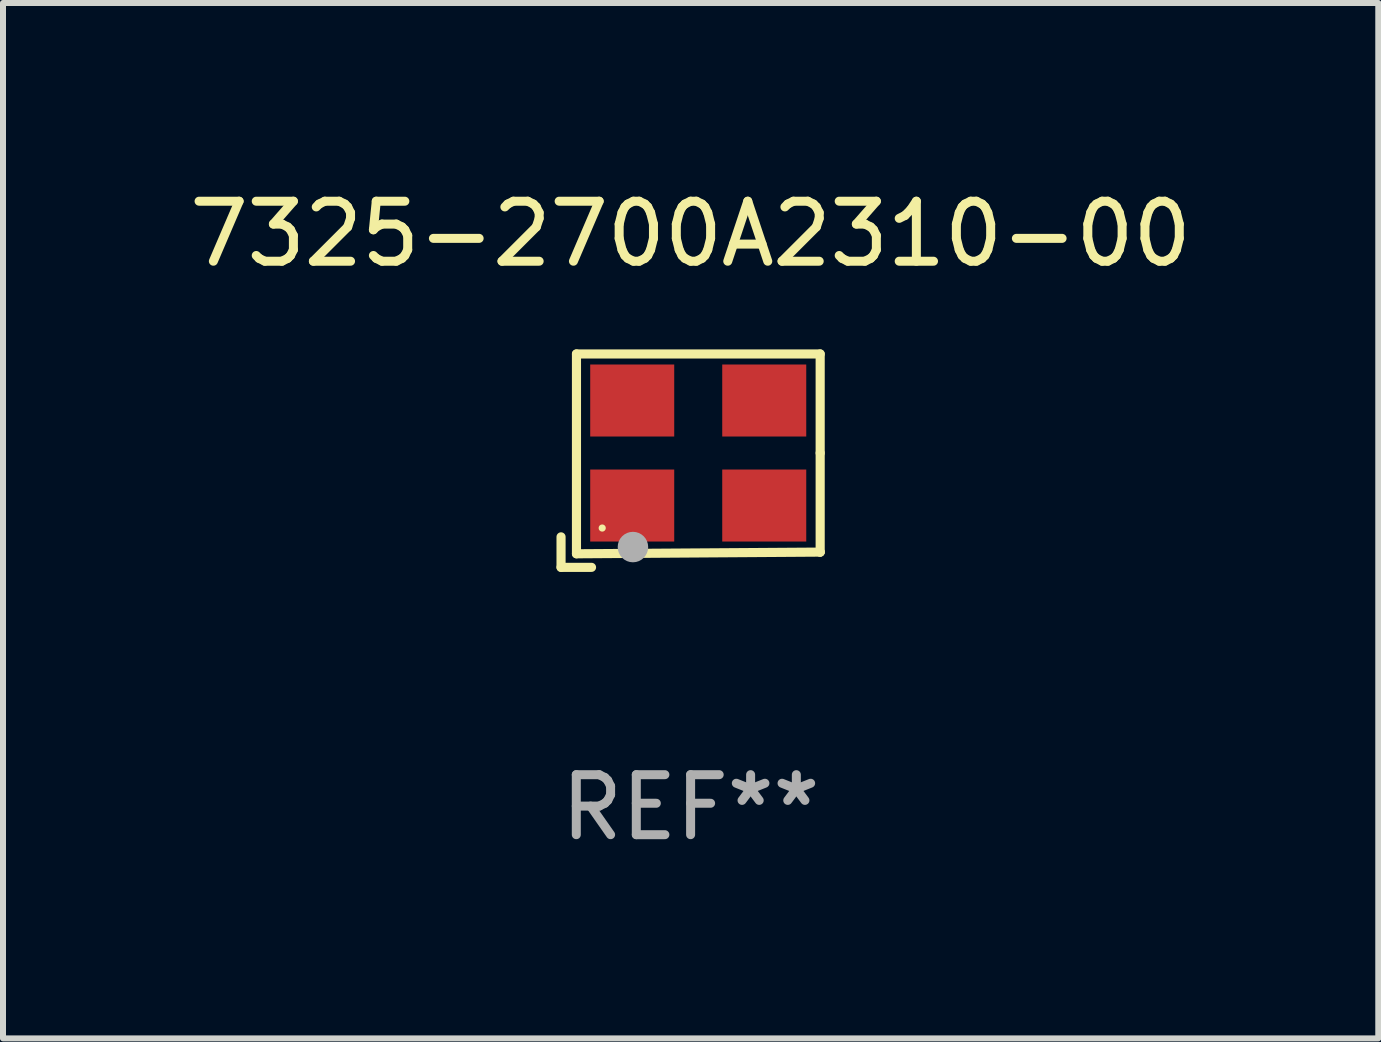
<source format=kicad_pcb>
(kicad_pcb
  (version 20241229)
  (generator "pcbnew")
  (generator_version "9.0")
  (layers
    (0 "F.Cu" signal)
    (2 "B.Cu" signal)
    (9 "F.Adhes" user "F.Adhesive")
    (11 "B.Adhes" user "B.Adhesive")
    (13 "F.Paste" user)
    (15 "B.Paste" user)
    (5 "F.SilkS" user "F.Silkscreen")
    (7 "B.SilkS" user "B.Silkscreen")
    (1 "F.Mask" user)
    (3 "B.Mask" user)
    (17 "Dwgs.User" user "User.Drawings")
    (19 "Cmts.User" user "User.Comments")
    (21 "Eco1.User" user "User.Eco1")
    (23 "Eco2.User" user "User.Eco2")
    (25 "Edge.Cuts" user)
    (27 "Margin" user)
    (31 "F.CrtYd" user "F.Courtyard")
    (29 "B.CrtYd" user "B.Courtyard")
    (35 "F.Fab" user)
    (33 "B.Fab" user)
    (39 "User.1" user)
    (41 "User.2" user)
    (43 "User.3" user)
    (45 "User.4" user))
  (footprint "7325-2700A2310-00"
    (layer "F.Cu")
    (at 8.458 4.626)
    (property "Reference" "7325-2700A2310-00" (at 0 -3.778 0) (layer "F.SilkS") (effects (font (size 1 1) (thickness 0.15))))
    (attr through_hole)
    (fp_line (start -2.159 1.27) (end -2.159 1.778) (stroke (width 0.152) (type solid)) (layer "F.SilkS"))
    (fp_line (start -2.159 1.778) (end -1.651 1.778) (stroke (width 0.152) (type solid)) (layer "F.SilkS"))
    (fp_line (start -1.902 -1.778) (end 2.159 -1.778) (stroke (width 0.152) (type solid)) (layer "F.SilkS"))
    (fp_line (start -1.902 1.552) (end -1.902 -1.778) (stroke (width 0.152) (type solid)) (layer "F.SilkS"))
    (fp_line (start 2.159 -1.778) (end 2.159 -0.127) (stroke (width 0.152) (type solid)) (layer "F.SilkS"))
    (fp_line (start 2.159 -0.127) (end 2.159 1.524) (stroke (width 0.152) (type solid)) (layer "F.SilkS"))
    (fp_line (start 2.159 1.524) (end -1.902 1.552) (stroke (width 0.152) (type solid)) (layer "F.SilkS"))
    (fp_line (start 2.159 1.524) (end 2.159 1.524) (stroke (width 0.152) (type solid)) (layer "F.SilkS"))
    (fp_circle (center -1.473 1.123) (end -1.443 1.123) (stroke (width 0.06) (type solid)) (fill no) (layer "F.SilkS"))
    (fp_circle (center -0.961 1.44) (end -0.834 1.44) (stroke (width 0.254) (type solid)) (fill no) (layer "F.Fab"))
    (fp_text user "REF**" (at 0 5.778 0) (layer "F.Fab") (effects (font (size 1 1) (thickness 0.15))))
    (pad "1" smd rect (at -0.973 0.748) (size 1.4 1.2) (layers "F.Cu" "F.Mask" "F.Paste"))
    (pad "2" smd rect (at 1.227 0.748) (size 1.4 1.2) (layers "F.Cu" "F.Mask" "F.Paste"))
    (pad "3" smd rect (at 1.227 -1.002) (size 1.4 1.2) (layers "F.Cu" "F.Mask" "F.Paste"))
    (pad "4" smd rect (at -0.973 -1.002) (size 1.4 1.2) (layers "F.Cu" "F.Mask" "F.Paste")))
  (gr_rect
    (start -3 -3)
    (end 19.917 14.253)
    (stroke (width 0.1) (type default))
    (fill no)
    (layer "Edge.Cuts")))
</source>
